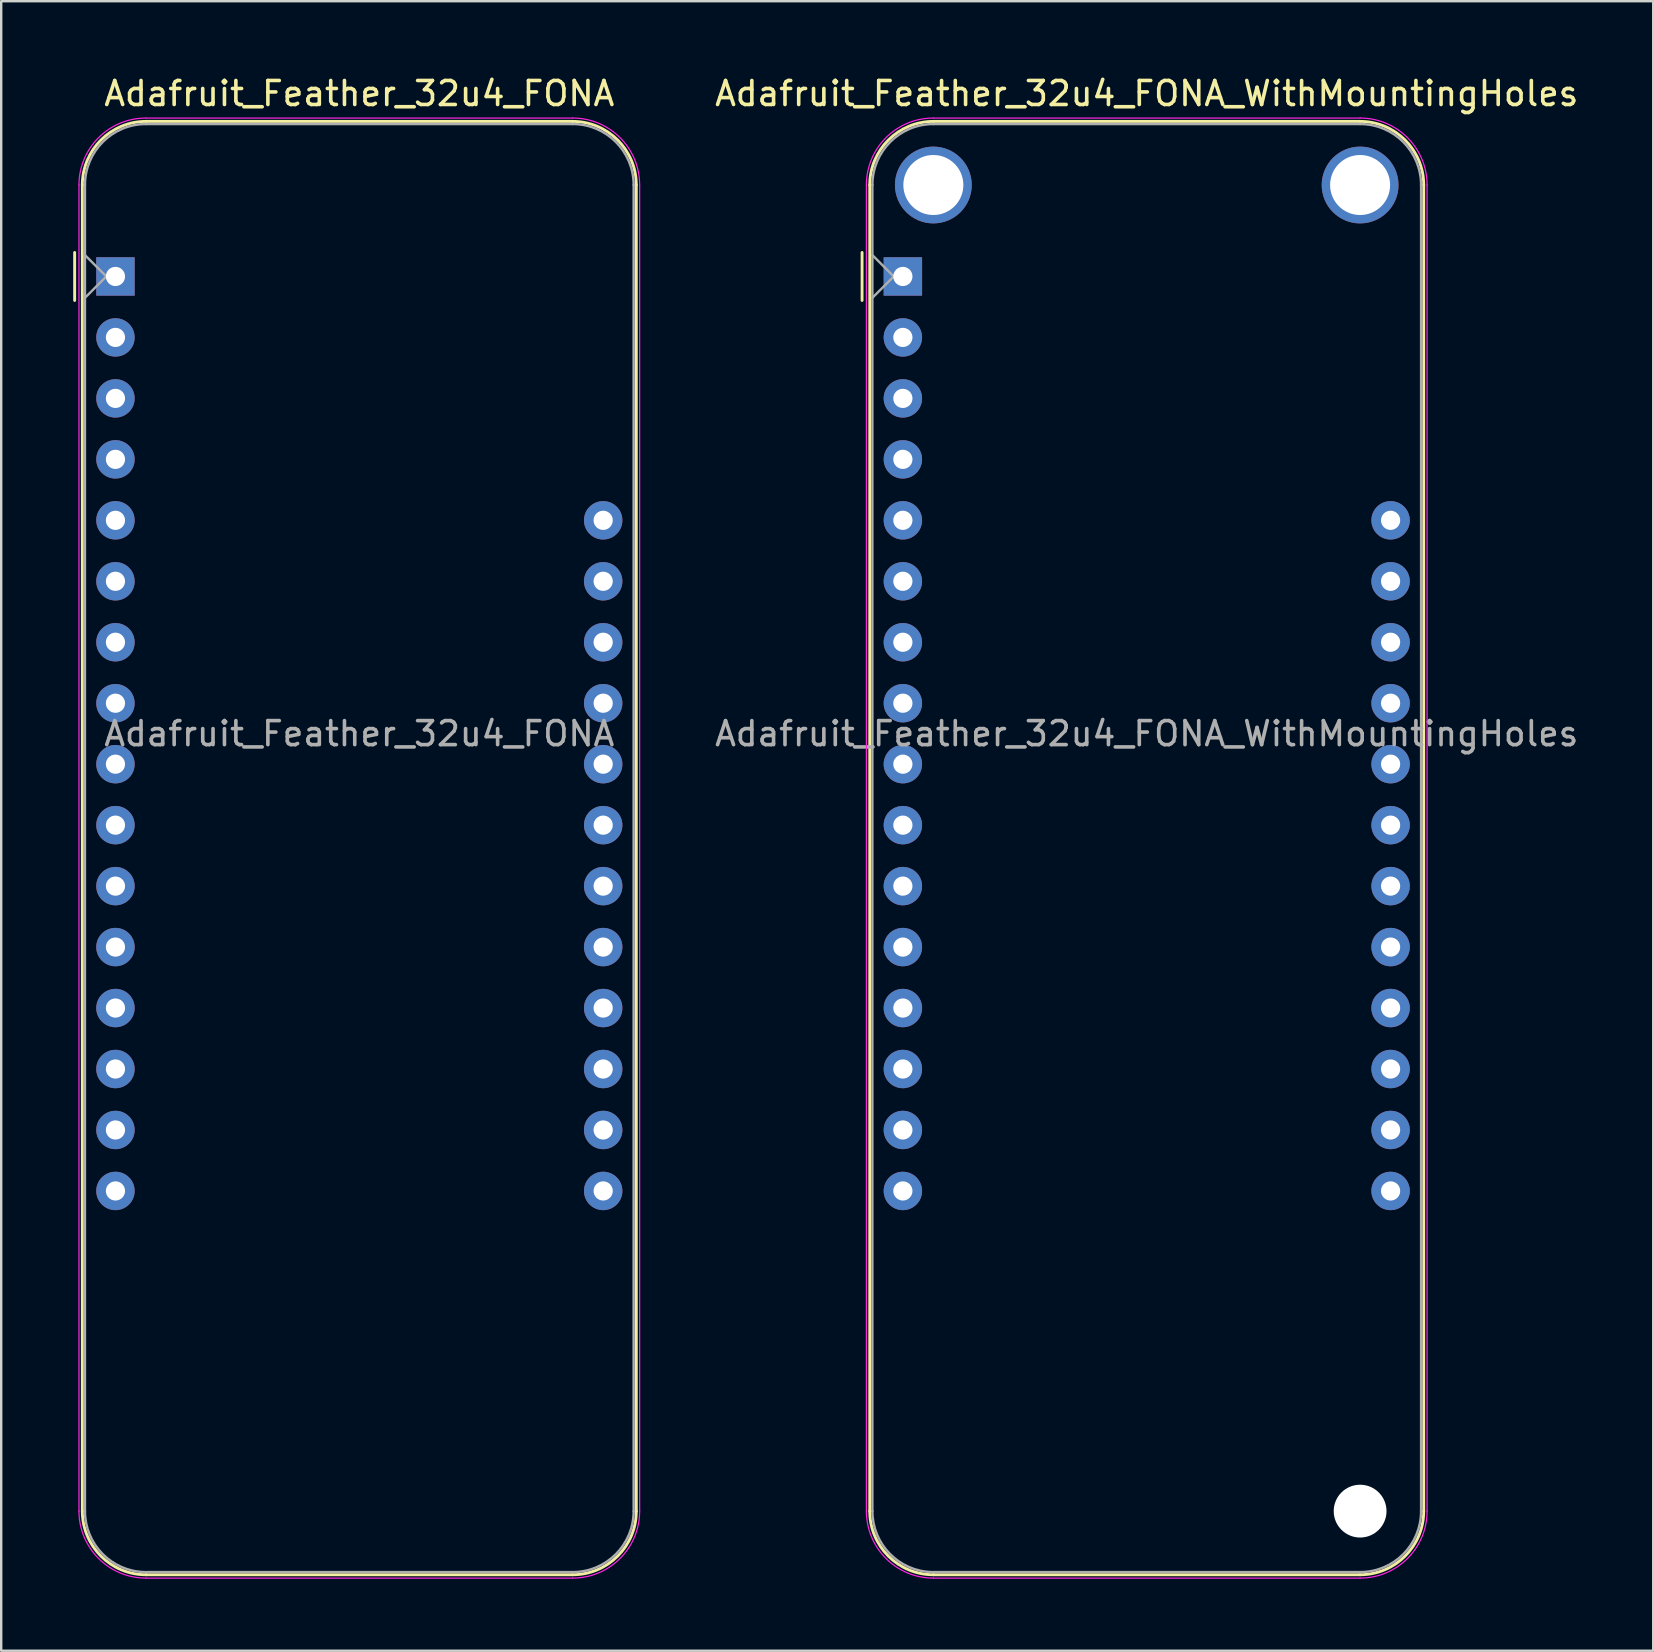
<source format=kicad_pcb>
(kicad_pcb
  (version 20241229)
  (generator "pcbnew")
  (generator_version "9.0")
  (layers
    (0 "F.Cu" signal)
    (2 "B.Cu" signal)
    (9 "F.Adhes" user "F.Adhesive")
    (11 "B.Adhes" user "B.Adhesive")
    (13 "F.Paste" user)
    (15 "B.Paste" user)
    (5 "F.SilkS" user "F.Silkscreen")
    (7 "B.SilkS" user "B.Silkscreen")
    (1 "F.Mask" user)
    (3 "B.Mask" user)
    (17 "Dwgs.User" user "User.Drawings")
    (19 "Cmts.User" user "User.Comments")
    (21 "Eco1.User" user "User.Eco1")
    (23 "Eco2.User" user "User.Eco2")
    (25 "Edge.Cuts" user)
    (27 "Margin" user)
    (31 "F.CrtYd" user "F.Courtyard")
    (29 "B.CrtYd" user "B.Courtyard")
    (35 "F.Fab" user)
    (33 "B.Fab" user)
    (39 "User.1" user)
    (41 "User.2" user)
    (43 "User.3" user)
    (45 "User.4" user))
  (footprint "Adafruit_Feather_32u4_FONA"
    (layer "F.Cu")
    (at 1.76 8.468)
    (property "Reference" "Adafruit_Feather_32u4_FONA" (at 10.16 -7.62 0) (layer "F.SilkS") (effects (font (size 1 1) (thickness 0.15))))
    (attr through_hole)
    (fp_line (start -1.7 1) (end -1.7 -1) (stroke (width 0.12) (type solid)) (layer "F.SilkS"))
    (fp_line (start -1.38 -3.81) (end -1.38 51.44) (stroke (width 0.12) (type solid)) (layer "F.SilkS"))
    (fp_line (start 19.05 -6.46) (end 1.27 -6.46) (stroke (width 0.12) (type solid)) (layer "F.SilkS"))
    (fp_line (start 19.05 54.09) (end 1.27 54.09) (stroke (width 0.12) (type solid)) (layer "F.SilkS"))
    (fp_line (start 21.7 -3.81) (end 21.7 51.44) (stroke (width 0.12) (type solid)) (layer "F.SilkS"))
    (fp_arc (start -1.38 -3.81) (mid -0.603833 -5.683833) (end 1.27 -6.46) (stroke (width 0.12) (type solid)) (layer "F.SilkS"))
    (fp_arc (start 1.27 54.09) (mid -0.603833 53.313833) (end -1.38 51.44) (stroke (width 0.12) (type solid)) (layer "F.SilkS"))
    (fp_arc (start 19.05 -6.46) (mid 20.923833 -5.683833) (end 21.7 -3.81) (stroke (width 0.12) (type solid)) (layer "F.SilkS"))
    (fp_arc (start 21.7 51.44) (mid 20.923833 53.313833) (end 19.05 54.09) (stroke (width 0.12) (type solid)) (layer "F.SilkS"))
    (fp_line (start -1.52 51.44) (end -1.52 -3.81) (stroke (width 0.05) (type solid)) (layer "F.CrtYd"))
    (fp_line (start 19.05 -6.6) (end 1.27 -6.6) (stroke (width 0.05) (type solid)) (layer "F.CrtYd"))
    (fp_line (start 19.05 54.23) (end 1.27 54.23) (stroke (width 0.05) (type solid)) (layer "F.CrtYd"))
    (fp_line (start 21.84 51.44) (end 21.84 -3.81) (stroke (width 0.05) (type solid)) (layer "F.CrtYd"))
    (fp_arc (start -1.52 -3.81) (mid -0.702828 -5.782828) (end 1.27 -6.6) (stroke (width 0.05) (type solid)) (layer "F.CrtYd"))
    (fp_arc (start 1.27 54.23) (mid -0.702828 53.412828) (end -1.52 51.44) (stroke (width 0.05) (type solid)) (layer "F.CrtYd"))
    (fp_arc (start 19.05 -6.6) (mid 21.022828 -5.782828) (end 21.84 -3.81) (stroke (width 0.05) (type solid)) (layer "F.CrtYd"))
    (fp_arc (start 21.84 51.44) (mid 21.022828 53.412828) (end 19.05 54.23) (stroke (width 0.05) (type solid)) (layer "F.CrtYd"))
    (fp_line (start -1.27 -3.81) (end -1.27 51.44) (stroke (width 0.1) (type solid)) (layer "F.Fab"))
    (fp_line (start -1.27 -0.889) (end -0.381 0) (stroke (width 0.1) (type solid)) (layer "F.Fab"))
    (fp_line (start -0.381 0) (end -1.27 0.889) (stroke (width 0.1) (type solid)) (layer "F.Fab"))
    (fp_line (start 1.27 53.98) (end 19.05 53.98) (stroke (width 0.1) (type solid)) (layer "F.Fab"))
    (fp_line (start 19.05 -6.35) (end 1.27 -6.35) (stroke (width 0.1) (type solid)) (layer "F.Fab"))
    (fp_line (start 21.59 51.44) (end 21.59 -3.81) (stroke (width 0.1) (type solid)) (layer "F.Fab"))
    (fp_arc (start -1.27 -3.81) (mid -0.526051 -5.606051) (end 1.27 -6.35) (stroke (width 0.1) (type solid)) (layer "F.Fab"))
    (fp_arc (start 1.221238 53.979532) (mid -0.543209 53.218728) (end -1.27 51.44) (stroke (width 0.1) (type solid)) (layer "F.Fab"))
    (fp_arc (start 19.05 -6.35) (mid 20.846051 -5.606051) (end 21.59 -3.81) (stroke (width 0.1) (type solid)) (layer "F.Fab"))
    (fp_arc (start 21.59 51.44) (mid 20.846051 53.236051) (end 19.05 53.98) (stroke (width 0.1) (type solid)) (layer "F.Fab"))
    (fp_text user "${REFERENCE}" (at 10.16 19.05 180) (layer "F.Fab") (effects (font (size 1 1) (thickness 0.15))))
    (pad "1" thru_hole rect (at 0 0 180) (size 1.6 1.6) (drill 0.8) (layers "*.Cu" "*.Mask"))
    (pad "2" thru_hole circle (at 0 2.54 180) (size 1.6 1.6) (drill 0.8) (layers "*.Cu" "*.Mask"))
    (pad "3" thru_hole circle (at 0 5.08 180) (size 1.6 1.6) (drill 0.8) (layers "*.Cu" "*.Mask"))
    (pad "4" thru_hole circle (at 0 7.62 180) (size 1.6 1.6) (drill 0.8) (layers "*.Cu" "*.Mask"))
    (pad "5" thru_hole circle (at 0 10.16 180) (size 1.6 1.6) (drill 0.8) (layers "*.Cu" "*.Mask"))
    (pad "6" thru_hole circle (at 0 12.7 180) (size 1.6 1.6) (drill 0.8) (layers "*.Cu" "*.Mask"))
    (pad "7" thru_hole circle (at 0 15.24 180) (size 1.6 1.6) (drill 0.8) (layers "*.Cu" "*.Mask"))
    (pad "8" thru_hole circle (at 0 17.78 180) (size 1.6 1.6) (drill 0.8) (layers "*.Cu" "*.Mask"))
    (pad "9" thru_hole circle (at 0 20.32 180) (size 1.6 1.6) (drill 0.8) (layers "*.Cu" "*.Mask"))
    (pad "10" thru_hole circle (at 0 22.86 180) (size 1.6 1.6) (drill 0.8) (layers "*.Cu" "*.Mask"))
    (pad "11" thru_hole circle (at 0 25.4 180) (size 1.6 1.6) (drill 0.8) (layers "*.Cu" "*.Mask"))
    (pad "12" thru_hole circle (at 0 27.94 180) (size 1.6 1.6) (drill 0.8) (layers "*.Cu" "*.Mask"))
    (pad "13" thru_hole circle (at 0 30.48 180) (size 1.6 1.6) (drill 0.8) (layers "*.Cu" "*.Mask"))
    (pad "14" thru_hole circle (at 0 33.02 180) (size 1.6 1.6) (drill 0.8) (layers "*.Cu" "*.Mask"))
    (pad "15" thru_hole circle (at 0 35.56 180) (size 1.6 1.6) (drill 0.8) (layers "*.Cu" "*.Mask"))
    (pad "16" thru_hole circle (at 0 38.1 180) (size 1.6 1.6) (drill 0.8) (layers "*.Cu" "*.Mask"))
    (pad "17" thru_hole circle (at 20.32 38.1 180) (size 1.6 1.6) (drill 0.8) (layers "*.Cu" "*.Mask"))
    (pad "18" thru_hole circle (at 20.32 35.56 180) (size 1.6 1.6) (drill 0.8) (layers "*.Cu" "*.Mask"))
    (pad "19" thru_hole circle (at 20.32 33.02 180) (size 1.6 1.6) (drill 0.8) (layers "*.Cu" "*.Mask"))
    (pad "20" thru_hole circle (at 20.32 30.48 180) (size 1.6 1.6) (drill 0.8) (layers "*.Cu" "*.Mask"))
    (pad "21" thru_hole circle (at 20.32 27.94 180) (size 1.6 1.6) (drill 0.8) (layers "*.Cu" "*.Mask"))
    (pad "22" thru_hole circle (at 20.32 25.4 180) (size 1.6 1.6) (drill 0.8) (layers "*.Cu" "*.Mask"))
    (pad "23" thru_hole circle (at 20.32 22.86 180) (size 1.6 1.6) (drill 0.8) (layers "*.Cu" "*.Mask"))
    (pad "24" thru_hole circle (at 20.32 20.32 180) (size 1.6 1.6) (drill 0.8) (layers "*.Cu" "*.Mask"))
    (pad "25" thru_hole circle (at 20.32 17.78 180) (size 1.6 1.6) (drill 0.8) (layers "*.Cu" "*.Mask"))
    (pad "26" thru_hole circle (at 20.32 15.24 180) (size 1.6 1.6) (drill 0.8) (layers "*.Cu" "*.Mask"))
    (pad "27" thru_hole circle (at 20.32 12.7 180) (size 1.6 1.6) (drill 0.8) (layers "*.Cu" "*.Mask"))
    (pad "28" thru_hole circle (at 20.32 10.16 180) (size 1.6 1.6) (drill 0.8) (layers "*.Cu" "*.Mask")))
  (footprint "Adafruit_Feather_32u4_FONA_WithMountingHoles"
    (layer "F.Cu")
    (at 34.566 8.468)
    (property "Reference" "Adafruit_Feather_32u4_FONA_WithMountingHoles" (at 10.16 -7.62 0) (layer "F.SilkS") (effects (font (size 1 1) (thickness 0.15))))
    (attr through_hole)
    (fp_line (start -1.7 1) (end -1.7 -1) (stroke (width 0.12) (type solid)) (layer "F.SilkS"))
    (fp_line (start -1.38 -3.81) (end -1.38 51.44) (stroke (width 0.12) (type solid)) (layer "F.SilkS"))
    (fp_line (start 19.05 -6.46) (end 1.27 -6.46) (stroke (width 0.12) (type solid)) (layer "F.SilkS"))
    (fp_line (start 19.05 54.09) (end 1.27 54.09) (stroke (width 0.12) (type solid)) (layer "F.SilkS"))
    (fp_line (start 21.7 -3.81) (end 21.7 51.44) (stroke (width 0.12) (type solid)) (layer "F.SilkS"))
    (fp_arc (start -1.38 -3.81) (mid -0.603833 -5.683833) (end 1.27 -6.46) (stroke (width 0.12) (type solid)) (layer "F.SilkS"))
    (fp_arc (start 1.27 54.09) (mid -0.603833 53.313833) (end -1.38 51.44) (stroke (width 0.12) (type solid)) (layer "F.SilkS"))
    (fp_arc (start 19.05 -6.46) (mid 20.923833 -5.683833) (end 21.7 -3.81) (stroke (width 0.12) (type solid)) (layer "F.SilkS"))
    (fp_arc (start 21.7 51.44) (mid 20.923833 53.313833) (end 19.05 54.09) (stroke (width 0.12) (type solid)) (layer "F.SilkS"))
    (fp_line (start -1.52 51.44) (end -1.52 -3.81) (stroke (width 0.05) (type solid)) (layer "F.CrtYd"))
    (fp_line (start 19.05 -6.6) (end 1.27 -6.6) (stroke (width 0.05) (type solid)) (layer "F.CrtYd"))
    (fp_line (start 19.05 54.23) (end 1.27 54.23) (stroke (width 0.05) (type solid)) (layer "F.CrtYd"))
    (fp_line (start 21.84 51.44) (end 21.84 -3.81) (stroke (width 0.05) (type solid)) (layer "F.CrtYd"))
    (fp_arc (start -1.52 -3.81) (mid -0.702828 -5.782828) (end 1.27 -6.6) (stroke (width 0.05) (type solid)) (layer "F.CrtYd"))
    (fp_arc (start 1.27 54.23) (mid -0.702828 53.412828) (end -1.52 51.44) (stroke (width 0.05) (type solid)) (layer "F.CrtYd"))
    (fp_arc (start 19.05 -6.6) (mid 21.022828 -5.782828) (end 21.84 -3.81) (stroke (width 0.05) (type solid)) (layer "F.CrtYd"))
    (fp_arc (start 21.84 51.44) (mid 21.022828 53.412828) (end 19.05 54.23) (stroke (width 0.05) (type solid)) (layer "F.CrtYd"))
    (fp_line (start -1.27 -3.81) (end -1.27 51.44) (stroke (width 0.1) (type solid)) (layer "F.Fab"))
    (fp_line (start -1.27 -0.889) (end -0.381 0) (stroke (width 0.1) (type solid)) (layer "F.Fab"))
    (fp_line (start -0.381 0) (end -1.27 0.889) (stroke (width 0.1) (type solid)) (layer "F.Fab"))
    (fp_line (start 1.27 53.98) (end 19.05 53.98) (stroke (width 0.1) (type solid)) (layer "F.Fab"))
    (fp_line (start 19.05 -6.35) (end 1.27 -6.35) (stroke (width 0.1) (type solid)) (layer "F.Fab"))
    (fp_line (start 21.59 51.44) (end 21.59 -3.81) (stroke (width 0.1) (type solid)) (layer "F.Fab"))
    (fp_arc (start -1.27 -3.81) (mid -0.526051 -5.606051) (end 1.27 -6.35) (stroke (width 0.1) (type solid)) (layer "F.Fab"))
    (fp_arc (start 1.221238 53.979532) (mid -0.543209 53.218728) (end -1.27 51.44) (stroke (width 0.1) (type solid)) (layer "F.Fab"))
    (fp_arc (start 19.05 -6.35) (mid 20.846051 -5.606051) (end 21.59 -3.81) (stroke (width 0.1) (type solid)) (layer "F.Fab"))
    (fp_arc (start 21.59 51.44) (mid 20.846051 53.236051) (end 19.05 53.98) (stroke (width 0.1) (type solid)) (layer "F.Fab"))
    (fp_text user "${REFERENCE}" (at 10.16 19.05 180) (layer "F.Fab") (effects (font (size 1 1) (thickness 0.15))))
    (pad "" np_thru_hole circle (at 1.27 -3.81 270) (size 3.2 3.2) (drill 2.5) (layers "*.Cu" "*.Mask"))
    (pad "" np_thru_hole circle (at 19.05 -3.81 270) (size 3.2 3.2) (drill 2.5) (layers "*.Cu" "*.Mask"))
    (pad "" np_thru_hole circle (at 19.05 51.44 270) (size 2.2 2.2) (drill 2.2) (layers "*.Cu" "*.Mask"))
    (pad "1" thru_hole rect (at 0 0 180) (size 1.6 1.6) (drill 0.8) (layers "*.Cu" "*.Mask"))
    (pad "2" thru_hole circle (at 0 2.54 180) (size 1.6 1.6) (drill 0.8) (layers "*.Cu" "*.Mask"))
    (pad "3" thru_hole circle (at 0 5.08 180) (size 1.6 1.6) (drill 0.8) (layers "*.Cu" "*.Mask"))
    (pad "4" thru_hole circle (at 0 7.62 180) (size 1.6 1.6) (drill 0.8) (layers "*.Cu" "*.Mask"))
    (pad "5" thru_hole circle (at 0 10.16 180) (size 1.6 1.6) (drill 0.8) (layers "*.Cu" "*.Mask"))
    (pad "6" thru_hole circle (at 0 12.7 180) (size 1.6 1.6) (drill 0.8) (layers "*.Cu" "*.Mask"))
    (pad "7" thru_hole circle (at 0 15.24 180) (size 1.6 1.6) (drill 0.8) (layers "*.Cu" "*.Mask"))
    (pad "8" thru_hole circle (at 0 17.78 180) (size 1.6 1.6) (drill 0.8) (layers "*.Cu" "*.Mask"))
    (pad "9" thru_hole circle (at 0 20.32 180) (size 1.6 1.6) (drill 0.8) (layers "*.Cu" "*.Mask"))
    (pad "10" thru_hole circle (at 0 22.86 180) (size 1.6 1.6) (drill 0.8) (layers "*.Cu" "*.Mask"))
    (pad "11" thru_hole circle (at 0 25.4 180) (size 1.6 1.6) (drill 0.8) (layers "*.Cu" "*.Mask"))
    (pad "12" thru_hole circle (at 0 27.94 180) (size 1.6 1.6) (drill 0.8) (layers "*.Cu" "*.Mask"))
    (pad "13" thru_hole circle (at 0 30.48 180) (size 1.6 1.6) (drill 0.8) (layers "*.Cu" "*.Mask"))
    (pad "14" thru_hole circle (at 0 33.02 180) (size 1.6 1.6) (drill 0.8) (layers "*.Cu" "*.Mask"))
    (pad "15" thru_hole circle (at 0 35.56 180) (size 1.6 1.6) (drill 0.8) (layers "*.Cu" "*.Mask"))
    (pad "16" thru_hole circle (at 0 38.1 180) (size 1.6 1.6) (drill 0.8) (layers "*.Cu" "*.Mask"))
    (pad "17" thru_hole circle (at 20.32 38.1 180) (size 1.6 1.6) (drill 0.8) (layers "*.Cu" "*.Mask"))
    (pad "18" thru_hole circle (at 20.32 35.56 180) (size 1.6 1.6) (drill 0.8) (layers "*.Cu" "*.Mask"))
    (pad "19" thru_hole circle (at 20.32 33.02 180) (size 1.6 1.6) (drill 0.8) (layers "*.Cu" "*.Mask"))
    (pad "20" thru_hole circle (at 20.32 30.48 180) (size 1.6 1.6) (drill 0.8) (layers "*.Cu" "*.Mask"))
    (pad "21" thru_hole circle (at 20.32 27.94 180) (size 1.6 1.6) (drill 0.8) (layers "*.Cu" "*.Mask"))
    (pad "22" thru_hole circle (at 20.32 25.4 180) (size 1.6 1.6) (drill 0.8) (layers "*.Cu" "*.Mask"))
    (pad "23" thru_hole circle (at 20.32 22.86 180) (size 1.6 1.6) (drill 0.8) (layers "*.Cu" "*.Mask"))
    (pad "24" thru_hole circle (at 20.32 20.32 180) (size 1.6 1.6) (drill 0.8) (layers "*.Cu" "*.Mask"))
    (pad "25" thru_hole circle (at 20.32 17.78 180) (size 1.6 1.6) (drill 0.8) (layers "*.Cu" "*.Mask"))
    (pad "26" thru_hole circle (at 20.32 15.24 180) (size 1.6 1.6) (drill 0.8) (layers "*.Cu" "*.Mask"))
    (pad "27" thru_hole circle (at 20.32 12.7 180) (size 1.6 1.6) (drill 0.8) (layers "*.Cu" "*.Mask"))
    (pad "28" thru_hole circle (at 20.32 10.16 180) (size 1.6 1.6) (drill 0.8) (layers "*.Cu" "*.Mask")))
  (gr_rect
    (start -3 -3)
    (end 65.827 65.723)
    (stroke (width 0.1) (type default))
    (fill no)
    (layer "Edge.Cuts")))
</source>
